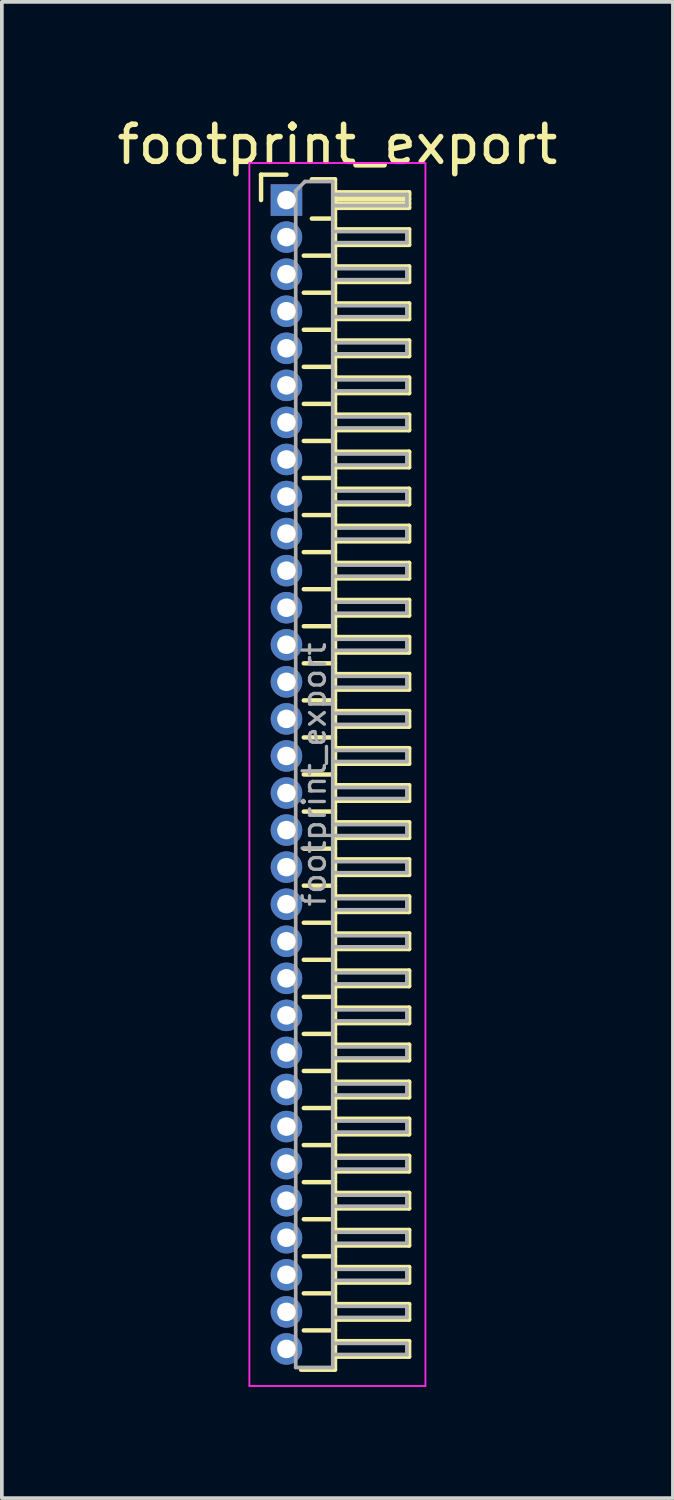
<source format=kicad_pcb>
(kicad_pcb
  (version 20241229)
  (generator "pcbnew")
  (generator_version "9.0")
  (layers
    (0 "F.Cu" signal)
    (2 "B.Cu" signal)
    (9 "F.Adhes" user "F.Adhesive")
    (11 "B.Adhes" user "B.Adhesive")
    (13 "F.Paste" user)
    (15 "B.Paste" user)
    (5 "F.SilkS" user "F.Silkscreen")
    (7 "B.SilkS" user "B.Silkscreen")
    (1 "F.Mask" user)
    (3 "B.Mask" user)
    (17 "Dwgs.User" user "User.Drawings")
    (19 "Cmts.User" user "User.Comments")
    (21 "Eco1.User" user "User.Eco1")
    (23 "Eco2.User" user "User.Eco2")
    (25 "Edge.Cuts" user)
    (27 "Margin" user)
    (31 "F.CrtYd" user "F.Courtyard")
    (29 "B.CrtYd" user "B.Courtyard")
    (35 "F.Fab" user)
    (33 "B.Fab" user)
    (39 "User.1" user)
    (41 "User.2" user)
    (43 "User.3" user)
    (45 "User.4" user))
  (footprint "footprint_export"
    (layer "F.Cu")
    (at 4.679 2.348)
    (property "Reference" "footprint_export" (at 1.375 -1.5 0) (layer "F.SilkS") (effects (font (size 1 1) (thickness 0.15))))
    (attr through_hole)
    (fp_line (start -0.685 -0.685) (end 0 -0.685) (stroke (width 0.12) (type solid)) (layer "F.SilkS"))
    (fp_line (start -0.685 0) (end -0.685 -0.685) (stroke (width 0.12) (type solid)) (layer "F.SilkS"))
    (fp_line (start 0.468 1.5) (end 1.31 1.5) (stroke (width 0.12) (type solid)) (layer "F.SilkS"))
    (fp_line (start 0.468 2.5) (end 1.31 2.5) (stroke (width 0.12) (type solid)) (layer "F.SilkS"))
    (fp_line (start 0.468 3.5) (end 1.31 3.5) (stroke (width 0.12) (type solid)) (layer "F.SilkS"))
    (fp_line (start 0.468 4.5) (end 1.31 4.5) (stroke (width 0.12) (type solid)) (layer "F.SilkS"))
    (fp_line (start 0.468 5.5) (end 1.31 5.5) (stroke (width 0.12) (type solid)) (layer "F.SilkS"))
    (fp_line (start 0.468 6.5) (end 1.31 6.5) (stroke (width 0.12) (type solid)) (layer "F.SilkS"))
    (fp_line (start 0.468 7.5) (end 1.31 7.5) (stroke (width 0.12) (type solid)) (layer "F.SilkS"))
    (fp_line (start 0.468 8.5) (end 1.31 8.5) (stroke (width 0.12) (type solid)) (layer "F.SilkS"))
    (fp_line (start 0.468 9.5) (end 1.31 9.5) (stroke (width 0.12) (type solid)) (layer "F.SilkS"))
    (fp_line (start 0.468 10.5) (end 1.31 10.5) (stroke (width 0.12) (type solid)) (layer "F.SilkS"))
    (fp_line (start 0.468 11.5) (end 1.31 11.5) (stroke (width 0.12) (type solid)) (layer "F.SilkS"))
    (fp_line (start 0.468 12.5) (end 1.31 12.5) (stroke (width 0.12) (type solid)) (layer "F.SilkS"))
    (fp_line (start 0.468 13.5) (end 1.31 13.5) (stroke (width 0.12) (type solid)) (layer "F.SilkS"))
    (fp_line (start 0.468 14.5) (end 1.31 14.5) (stroke (width 0.12) (type solid)) (layer "F.SilkS"))
    (fp_line (start 0.468 15.5) (end 1.31 15.5) (stroke (width 0.12) (type solid)) (layer "F.SilkS"))
    (fp_line (start 0.468 16.5) (end 1.31 16.5) (stroke (width 0.12) (type solid)) (layer "F.SilkS"))
    (fp_line (start 0.468 17.5) (end 1.31 17.5) (stroke (width 0.12) (type solid)) (layer "F.SilkS"))
    (fp_line (start 0.468 18.5) (end 1.31 18.5) (stroke (width 0.12) (type solid)) (layer "F.SilkS"))
    (fp_line (start 0.468 19.5) (end 1.31 19.5) (stroke (width 0.12) (type solid)) (layer "F.SilkS"))
    (fp_line (start 0.468 20.5) (end 1.31 20.5) (stroke (width 0.12) (type solid)) (layer "F.SilkS"))
    (fp_line (start 0.468 21.5) (end 1.31 21.5) (stroke (width 0.12) (type solid)) (layer "F.SilkS"))
    (fp_line (start 0.468 22.5) (end 1.31 22.5) (stroke (width 0.12) (type solid)) (layer "F.SilkS"))
    (fp_line (start 0.468 23.5) (end 1.31 23.5) (stroke (width 0.12) (type solid)) (layer "F.SilkS"))
    (fp_line (start 0.468 24.5) (end 1.31 24.5) (stroke (width 0.12) (type solid)) (layer "F.SilkS"))
    (fp_line (start 0.468 25.5) (end 1.31 25.5) (stroke (width 0.12) (type solid)) (layer "F.SilkS"))
    (fp_line (start 0.468 26.5) (end 1.31 26.5) (stroke (width 0.12) (type solid)) (layer "F.SilkS"))
    (fp_line (start 0.468 27.5) (end 1.31 27.5) (stroke (width 0.12) (type solid)) (layer "F.SilkS"))
    (fp_line (start 0.468 28.5) (end 1.31 28.5) (stroke (width 0.12) (type solid)) (layer "F.SilkS"))
    (fp_line (start 0.468 29.5) (end 1.31 29.5) (stroke (width 0.12) (type solid)) (layer "F.SilkS"))
    (fp_line (start 0.468 30.5) (end 1.31 30.5) (stroke (width 0.12) (type solid)) (layer "F.SilkS"))
    (fp_line (start 0.685 -0.56) (end 1.31 -0.56) (stroke (width 0.12) (type solid)) (layer "F.SilkS"))
    (fp_line (start 0.685 0.5) (end 1.31 0.5) (stroke (width 0.12) (type solid)) (layer "F.SilkS"))
    (fp_line (start 1.31 -0.56) (end 1.31 31.56) (stroke (width 0.12) (type solid)) (layer "F.SilkS"))
    (fp_line (start 1.31 -0.21) (end 3.31 -0.21) (stroke (width 0.12) (type solid)) (layer "F.SilkS"))
    (fp_line (start 1.31 -0.15) (end 3.31 -0.15) (stroke (width 0.12) (type solid)) (layer "F.SilkS"))
    (fp_line (start 1.31 -0.03) (end 3.31 -0.03) (stroke (width 0.12) (type solid)) (layer "F.SilkS"))
    (fp_line (start 1.31 0.09) (end 3.31 0.09) (stroke (width 0.12) (type solid)) (layer "F.SilkS"))
    (fp_line (start 1.31 0.79) (end 3.31 0.79) (stroke (width 0.12) (type solid)) (layer "F.SilkS"))
    (fp_line (start 1.31 1.79) (end 3.31 1.79) (stroke (width 0.12) (type solid)) (layer "F.SilkS"))
    (fp_line (start 1.31 2.79) (end 3.31 2.79) (stroke (width 0.12) (type solid)) (layer "F.SilkS"))
    (fp_line (start 1.31 3.79) (end 3.31 3.79) (stroke (width 0.12) (type solid)) (layer "F.SilkS"))
    (fp_line (start 1.31 4.79) (end 3.31 4.79) (stroke (width 0.12) (type solid)) (layer "F.SilkS"))
    (fp_line (start 1.31 5.79) (end 3.31 5.79) (stroke (width 0.12) (type solid)) (layer "F.SilkS"))
    (fp_line (start 1.31 6.79) (end 3.31 6.79) (stroke (width 0.12) (type solid)) (layer "F.SilkS"))
    (fp_line (start 1.31 7.79) (end 3.31 7.79) (stroke (width 0.12) (type solid)) (layer "F.SilkS"))
    (fp_line (start 1.31 8.79) (end 3.31 8.79) (stroke (width 0.12) (type solid)) (layer "F.SilkS"))
    (fp_line (start 1.31 9.79) (end 3.31 9.79) (stroke (width 0.12) (type solid)) (layer "F.SilkS"))
    (fp_line (start 1.31 10.79) (end 3.31 10.79) (stroke (width 0.12) (type solid)) (layer "F.SilkS"))
    (fp_line (start 1.31 11.79) (end 3.31 11.79) (stroke (width 0.12) (type solid)) (layer "F.SilkS"))
    (fp_line (start 1.31 12.79) (end 3.31 12.79) (stroke (width 0.12) (type solid)) (layer "F.SilkS"))
    (fp_line (start 1.31 13.79) (end 3.31 13.79) (stroke (width 0.12) (type solid)) (layer "F.SilkS"))
    (fp_line (start 1.31 14.79) (end 3.31 14.79) (stroke (width 0.12) (type solid)) (layer "F.SilkS"))
    (fp_line (start 1.31 15.79) (end 3.31 15.79) (stroke (width 0.12) (type solid)) (layer "F.SilkS"))
    (fp_line (start 1.31 16.79) (end 3.31 16.79) (stroke (width 0.12) (type solid)) (layer "F.SilkS"))
    (fp_line (start 1.31 17.79) (end 3.31 17.79) (stroke (width 0.12) (type solid)) (layer "F.SilkS"))
    (fp_line (start 1.31 18.79) (end 3.31 18.79) (stroke (width 0.12) (type solid)) (layer "F.SilkS"))
    (fp_line (start 1.31 19.79) (end 3.31 19.79) (stroke (width 0.12) (type solid)) (layer "F.SilkS"))
    (fp_line (start 1.31 20.79) (end 3.31 20.79) (stroke (width 0.12) (type solid)) (layer "F.SilkS"))
    (fp_line (start 1.31 21.79) (end 3.31 21.79) (stroke (width 0.12) (type solid)) (layer "F.SilkS"))
    (fp_line (start 1.31 22.79) (end 3.31 22.79) (stroke (width 0.12) (type solid)) (layer "F.SilkS"))
    (fp_line (start 1.31 23.79) (end 3.31 23.79) (stroke (width 0.12) (type solid)) (layer "F.SilkS"))
    (fp_line (start 1.31 24.79) (end 3.31 24.79) (stroke (width 0.12) (type solid)) (layer "F.SilkS"))
    (fp_line (start 1.31 25.79) (end 3.31 25.79) (stroke (width 0.12) (type solid)) (layer "F.SilkS"))
    (fp_line (start 1.31 26.79) (end 3.31 26.79) (stroke (width 0.12) (type solid)) (layer "F.SilkS"))
    (fp_line (start 1.31 27.79) (end 3.31 27.79) (stroke (width 0.12) (type solid)) (layer "F.SilkS"))
    (fp_line (start 1.31 28.79) (end 3.31 28.79) (stroke (width 0.12) (type solid)) (layer "F.SilkS"))
    (fp_line (start 1.31 29.79) (end 3.31 29.79) (stroke (width 0.12) (type solid)) (layer "F.SilkS"))
    (fp_line (start 1.31 30.79) (end 3.31 30.79) (stroke (width 0.12) (type solid)) (layer "F.SilkS"))
    (fp_line (start 1.31 31.56) (end 0.394 31.56) (stroke (width 0.12) (type solid)) (layer "F.SilkS"))
    (fp_line (start 3.31 -0.21) (end 3.31 0.21) (stroke (width 0.12) (type solid)) (layer "F.SilkS"))
    (fp_line (start 3.31 0.21) (end 1.31 0.21) (stroke (width 0.12) (type solid)) (layer "F.SilkS"))
    (fp_line (start 3.31 0.79) (end 3.31 1.21) (stroke (width 0.12) (type solid)) (layer "F.SilkS"))
    (fp_line (start 3.31 1.21) (end 1.31 1.21) (stroke (width 0.12) (type solid)) (layer "F.SilkS"))
    (fp_line (start 3.31 1.79) (end 3.31 2.21) (stroke (width 0.12) (type solid)) (layer "F.SilkS"))
    (fp_line (start 3.31 2.21) (end 1.31 2.21) (stroke (width 0.12) (type solid)) (layer "F.SilkS"))
    (fp_line (start 3.31 2.79) (end 3.31 3.21) (stroke (width 0.12) (type solid)) (layer "F.SilkS"))
    (fp_line (start 3.31 3.21) (end 1.31 3.21) (stroke (width 0.12) (type solid)) (layer "F.SilkS"))
    (fp_line (start 3.31 3.79) (end 3.31 4.21) (stroke (width 0.12) (type solid)) (layer "F.SilkS"))
    (fp_line (start 3.31 4.21) (end 1.31 4.21) (stroke (width 0.12) (type solid)) (layer "F.SilkS"))
    (fp_line (start 3.31 4.79) (end 3.31 5.21) (stroke (width 0.12) (type solid)) (layer "F.SilkS"))
    (fp_line (start 3.31 5.21) (end 1.31 5.21) (stroke (width 0.12) (type solid)) (layer "F.SilkS"))
    (fp_line (start 3.31 5.79) (end 3.31 6.21) (stroke (width 0.12) (type solid)) (layer "F.SilkS"))
    (fp_line (start 3.31 6.21) (end 1.31 6.21) (stroke (width 0.12) (type solid)) (layer "F.SilkS"))
    (fp_line (start 3.31 6.79) (end 3.31 7.21) (stroke (width 0.12) (type solid)) (layer "F.SilkS"))
    (fp_line (start 3.31 7.21) (end 1.31 7.21) (stroke (width 0.12) (type solid)) (layer "F.SilkS"))
    (fp_line (start 3.31 7.79) (end 3.31 8.21) (stroke (width 0.12) (type solid)) (layer "F.SilkS"))
    (fp_line (start 3.31 8.21) (end 1.31 8.21) (stroke (width 0.12) (type solid)) (layer "F.SilkS"))
    (fp_line (start 3.31 8.79) (end 3.31 9.21) (stroke (width 0.12) (type solid)) (layer "F.SilkS"))
    (fp_line (start 3.31 9.21) (end 1.31 9.21) (stroke (width 0.12) (type solid)) (layer "F.SilkS"))
    (fp_line (start 3.31 9.79) (end 3.31 10.21) (stroke (width 0.12) (type solid)) (layer "F.SilkS"))
    (fp_line (start 3.31 10.21) (end 1.31 10.21) (stroke (width 0.12) (type solid)) (layer "F.SilkS"))
    (fp_line (start 3.31 10.79) (end 3.31 11.21) (stroke (width 0.12) (type solid)) (layer "F.SilkS"))
    (fp_line (start 3.31 11.21) (end 1.31 11.21) (stroke (width 0.12) (type solid)) (layer "F.SilkS"))
    (fp_line (start 3.31 11.79) (end 3.31 12.21) (stroke (width 0.12) (type solid)) (layer "F.SilkS"))
    (fp_line (start 3.31 12.21) (end 1.31 12.21) (stroke (width 0.12) (type solid)) (layer "F.SilkS"))
    (fp_line (start 3.31 12.79) (end 3.31 13.21) (stroke (width 0.12) (type solid)) (layer "F.SilkS"))
    (fp_line (start 3.31 13.21) (end 1.31 13.21) (stroke (width 0.12) (type solid)) (layer "F.SilkS"))
    (fp_line (start 3.31 13.79) (end 3.31 14.21) (stroke (width 0.12) (type solid)) (layer "F.SilkS"))
    (fp_line (start 3.31 14.21) (end 1.31 14.21) (stroke (width 0.12) (type solid)) (layer "F.SilkS"))
    (fp_line (start 3.31 14.79) (end 3.31 15.21) (stroke (width 0.12) (type solid)) (layer "F.SilkS"))
    (fp_line (start 3.31 15.21) (end 1.31 15.21) (stroke (width 0.12) (type solid)) (layer "F.SilkS"))
    (fp_line (start 3.31 15.79) (end 3.31 16.21) (stroke (width 0.12) (type solid)) (layer "F.SilkS"))
    (fp_line (start 3.31 16.21) (end 1.31 16.21) (stroke (width 0.12) (type solid)) (layer "F.SilkS"))
    (fp_line (start 3.31 16.79) (end 3.31 17.21) (stroke (width 0.12) (type solid)) (layer "F.SilkS"))
    (fp_line (start 3.31 17.21) (end 1.31 17.21) (stroke (width 0.12) (type solid)) (layer "F.SilkS"))
    (fp_line (start 3.31 17.79) (end 3.31 18.21) (stroke (width 0.12) (type solid)) (layer "F.SilkS"))
    (fp_line (start 3.31 18.21) (end 1.31 18.21) (stroke (width 0.12) (type solid)) (layer "F.SilkS"))
    (fp_line (start 3.31 18.79) (end 3.31 19.21) (stroke (width 0.12) (type solid)) (layer "F.SilkS"))
    (fp_line (start 3.31 19.21) (end 1.31 19.21) (stroke (width 0.12) (type solid)) (layer "F.SilkS"))
    (fp_line (start 3.31 19.79) (end 3.31 20.21) (stroke (width 0.12) (type solid)) (layer "F.SilkS"))
    (fp_line (start 3.31 20.21) (end 1.31 20.21) (stroke (width 0.12) (type solid)) (layer "F.SilkS"))
    (fp_line (start 3.31 20.79) (end 3.31 21.21) (stroke (width 0.12) (type solid)) (layer "F.SilkS"))
    (fp_line (start 3.31 21.21) (end 1.31 21.21) (stroke (width 0.12) (type solid)) (layer "F.SilkS"))
    (fp_line (start 3.31 21.79) (end 3.31 22.21) (stroke (width 0.12) (type solid)) (layer "F.SilkS"))
    (fp_line (start 3.31 22.21) (end 1.31 22.21) (stroke (width 0.12) (type solid)) (layer "F.SilkS"))
    (fp_line (start 3.31 22.79) (end 3.31 23.21) (stroke (width 0.12) (type solid)) (layer "F.SilkS"))
    (fp_line (start 3.31 23.21) (end 1.31 23.21) (stroke (width 0.12) (type solid)) (layer "F.SilkS"))
    (fp_line (start 3.31 23.79) (end 3.31 24.21) (stroke (width 0.12) (type solid)) (layer "F.SilkS"))
    (fp_line (start 3.31 24.21) (end 1.31 24.21) (stroke (width 0.12) (type solid)) (layer "F.SilkS"))
    (fp_line (start 3.31 24.79) (end 3.31 25.21) (stroke (width 0.12) (type solid)) (layer "F.SilkS"))
    (fp_line (start 3.31 25.21) (end 1.31 25.21) (stroke (width 0.12) (type solid)) (layer "F.SilkS"))
    (fp_line (start 3.31 25.79) (end 3.31 26.21) (stroke (width 0.12) (type solid)) (layer "F.SilkS"))
    (fp_line (start 3.31 26.21) (end 1.31 26.21) (stroke (width 0.12) (type solid)) (layer "F.SilkS"))
    (fp_line (start 3.31 26.79) (end 3.31 27.21) (stroke (width 0.12) (type solid)) (layer "F.SilkS"))
    (fp_line (start 3.31 27.21) (end 1.31 27.21) (stroke (width 0.12) (type solid)) (layer "F.SilkS"))
    (fp_line (start 3.31 27.79) (end 3.31 28.21) (stroke (width 0.12) (type solid)) (layer "F.SilkS"))
    (fp_line (start 3.31 28.21) (end 1.31 28.21) (stroke (width 0.12) (type solid)) (layer "F.SilkS"))
    (fp_line (start 3.31 28.79) (end 3.31 29.21) (stroke (width 0.12) (type solid)) (layer "F.SilkS"))
    (fp_line (start 3.31 29.21) (end 1.31 29.21) (stroke (width 0.12) (type solid)) (layer "F.SilkS"))
    (fp_line (start 3.31 29.79) (end 3.31 30.21) (stroke (width 0.12) (type solid)) (layer "F.SilkS"))
    (fp_line (start 3.31 30.21) (end 1.31 30.21) (stroke (width 0.12) (type solid)) (layer "F.SilkS"))
    (fp_line (start 3.31 30.79) (end 3.31 31.21) (stroke (width 0.12) (type solid)) (layer "F.SilkS"))
    (fp_line (start 3.31 31.21) (end 1.31 31.21) (stroke (width 0.12) (type solid)) (layer "F.SilkS"))
    (fp_line (start -1 -1) (end -1 32) (stroke (width 0.05) (type solid)) (layer "F.CrtYd"))
    (fp_line (start -1 32) (end 3.75 32) (stroke (width 0.05) (type solid)) (layer "F.CrtYd"))
    (fp_line (start 3.75 -1) (end -1 -1) (stroke (width 0.05) (type solid)) (layer "F.CrtYd"))
    (fp_line (start 3.75 32) (end 3.75 -1) (stroke (width 0.05) (type solid)) (layer "F.CrtYd"))
    (fp_line (start -0.15 -0.15) (end -0.15 0.15) (stroke (width 0.1) (type solid)) (layer "F.Fab"))
    (fp_line (start -0.15 -0.15) (end 0.25 -0.15) (stroke (width 0.1) (type solid)) (layer "F.Fab"))
    (fp_line (start -0.15 0.15) (end 0.25 0.15) (stroke (width 0.1) (type solid)) (layer "F.Fab"))
    (fp_line (start -0.15 0.85) (end -0.15 1.15) (stroke (width 0.1) (type solid)) (layer "F.Fab"))
    (fp_line (start -0.15 0.85) (end 0.25 0.85) (stroke (width 0.1) (type solid)) (layer "F.Fab"))
    (fp_line (start -0.15 1.15) (end 0.25 1.15) (stroke (width 0.1) (type solid)) (layer "F.Fab"))
    (fp_line (start -0.15 1.85) (end -0.15 2.15) (stroke (width 0.1) (type solid)) (layer "F.Fab"))
    (fp_line (start -0.15 1.85) (end 0.25 1.85) (stroke (width 0.1) (type solid)) (layer "F.Fab"))
    (fp_line (start -0.15 2.15) (end 0.25 2.15) (stroke (width 0.1) (type solid)) (layer "F.Fab"))
    (fp_line (start -0.15 2.85) (end -0.15 3.15) (stroke (width 0.1) (type solid)) (layer "F.Fab"))
    (fp_line (start -0.15 2.85) (end 0.25 2.85) (stroke (width 0.1) (type solid)) (layer "F.Fab"))
    (fp_line (start -0.15 3.15) (end 0.25 3.15) (stroke (width 0.1) (type solid)) (layer "F.Fab"))
    (fp_line (start -0.15 3.85) (end -0.15 4.15) (stroke (width 0.1) (type solid)) (layer "F.Fab"))
    (fp_line (start -0.15 3.85) (end 0.25 3.85) (stroke (width 0.1) (type solid)) (layer "F.Fab"))
    (fp_line (start -0.15 4.15) (end 0.25 4.15) (stroke (width 0.1) (type solid)) (layer "F.Fab"))
    (fp_line (start -0.15 4.85) (end -0.15 5.15) (stroke (width 0.1) (type solid)) (layer "F.Fab"))
    (fp_line (start -0.15 4.85) (end 0.25 4.85) (stroke (width 0.1) (type solid)) (layer "F.Fab"))
    (fp_line (start -0.15 5.15) (end 0.25 5.15) (stroke (width 0.1) (type solid)) (layer "F.Fab"))
    (fp_line (start -0.15 5.85) (end -0.15 6.15) (stroke (width 0.1) (type solid)) (layer "F.Fab"))
    (fp_line (start -0.15 5.85) (end 0.25 5.85) (stroke (width 0.1) (type solid)) (layer "F.Fab"))
    (fp_line (start -0.15 6.15) (end 0.25 6.15) (stroke (width 0.1) (type solid)) (layer "F.Fab"))
    (fp_line (start -0.15 6.85) (end -0.15 7.15) (stroke (width 0.1) (type solid)) (layer "F.Fab"))
    (fp_line (start -0.15 6.85) (end 0.25 6.85) (stroke (width 0.1) (type solid)) (layer "F.Fab"))
    (fp_line (start -0.15 7.15) (end 0.25 7.15) (stroke (width 0.1) (type solid)) (layer "F.Fab"))
    (fp_line (start -0.15 7.85) (end -0.15 8.15) (stroke (width 0.1) (type solid)) (layer "F.Fab"))
    (fp_line (start -0.15 7.85) (end 0.25 7.85) (stroke (width 0.1) (type solid)) (layer "F.Fab"))
    (fp_line (start -0.15 8.15) (end 0.25 8.15) (stroke (width 0.1) (type solid)) (layer "F.Fab"))
    (fp_line (start -0.15 8.85) (end -0.15 9.15) (stroke (width 0.1) (type solid)) (layer "F.Fab"))
    (fp_line (start -0.15 8.85) (end 0.25 8.85) (stroke (width 0.1) (type solid)) (layer "F.Fab"))
    (fp_line (start -0.15 9.15) (end 0.25 9.15) (stroke (width 0.1) (type solid)) (layer "F.Fab"))
    (fp_line (start -0.15 9.85) (end -0.15 10.15) (stroke (width 0.1) (type solid)) (layer "F.Fab"))
    (fp_line (start -0.15 9.85) (end 0.25 9.85) (stroke (width 0.1) (type solid)) (layer "F.Fab"))
    (fp_line (start -0.15 10.15) (end 0.25 10.15) (stroke (width 0.1) (type solid)) (layer "F.Fab"))
    (fp_line (start -0.15 10.85) (end -0.15 11.15) (stroke (width 0.1) (type solid)) (layer "F.Fab"))
    (fp_line (start -0.15 10.85) (end 0.25 10.85) (stroke (width 0.1) (type solid)) (layer "F.Fab"))
    (fp_line (start -0.15 11.15) (end 0.25 11.15) (stroke (width 0.1) (type solid)) (layer "F.Fab"))
    (fp_line (start -0.15 11.85) (end -0.15 12.15) (stroke (width 0.1) (type solid)) (layer "F.Fab"))
    (fp_line (start -0.15 11.85) (end 0.25 11.85) (stroke (width 0.1) (type solid)) (layer "F.Fab"))
    (fp_line (start -0.15 12.15) (end 0.25 12.15) (stroke (width 0.1) (type solid)) (layer "F.Fab"))
    (fp_line (start -0.15 12.85) (end -0.15 13.15) (stroke (width 0.1) (type solid)) (layer "F.Fab"))
    (fp_line (start -0.15 12.85) (end 0.25 12.85) (stroke (width 0.1) (type solid)) (layer "F.Fab"))
    (fp_line (start -0.15 13.15) (end 0.25 13.15) (stroke (width 0.1) (type solid)) (layer "F.Fab"))
    (fp_line (start -0.15 13.85) (end -0.15 14.15) (stroke (width 0.1) (type solid)) (layer "F.Fab"))
    (fp_line (start -0.15 13.85) (end 0.25 13.85) (stroke (width 0.1) (type solid)) (layer "F.Fab"))
    (fp_line (start -0.15 14.15) (end 0.25 14.15) (stroke (width 0.1) (type solid)) (layer "F.Fab"))
    (fp_line (start -0.15 14.85) (end -0.15 15.15) (stroke (width 0.1) (type solid)) (layer "F.Fab"))
    (fp_line (start -0.15 14.85) (end 0.25 14.85) (stroke (width 0.1) (type solid)) (layer "F.Fab"))
    (fp_line (start -0.15 15.15) (end 0.25 15.15) (stroke (width 0.1) (type solid)) (layer "F.Fab"))
    (fp_line (start -0.15 15.85) (end -0.15 16.15) (stroke (width 0.1) (type solid)) (layer "F.Fab"))
    (fp_line (start -0.15 15.85) (end 0.25 15.85) (stroke (width 0.1) (type solid)) (layer "F.Fab"))
    (fp_line (start -0.15 16.15) (end 0.25 16.15) (stroke (width 0.1) (type solid)) (layer "F.Fab"))
    (fp_line (start -0.15 16.85) (end -0.15 17.15) (stroke (width 0.1) (type solid)) (layer "F.Fab"))
    (fp_line (start -0.15 16.85) (end 0.25 16.85) (stroke (width 0.1) (type solid)) (layer "F.Fab"))
    (fp_line (start -0.15 17.15) (end 0.25 17.15) (stroke (width 0.1) (type solid)) (layer "F.Fab"))
    (fp_line (start -0.15 17.85) (end -0.15 18.15) (stroke (width 0.1) (type solid)) (layer "F.Fab"))
    (fp_line (start -0.15 17.85) (end 0.25 17.85) (stroke (width 0.1) (type solid)) (layer "F.Fab"))
    (fp_line (start -0.15 18.15) (end 0.25 18.15) (stroke (width 0.1) (type solid)) (layer "F.Fab"))
    (fp_line (start -0.15 18.85) (end -0.15 19.15) (stroke (width 0.1) (type solid)) (layer "F.Fab"))
    (fp_line (start -0.15 18.85) (end 0.25 18.85) (stroke (width 0.1) (type solid)) (layer "F.Fab"))
    (fp_line (start -0.15 19.15) (end 0.25 19.15) (stroke (width 0.1) (type solid)) (layer "F.Fab"))
    (fp_line (start -0.15 19.85) (end -0.15 20.15) (stroke (width 0.1) (type solid)) (layer "F.Fab"))
    (fp_line (start -0.15 19.85) (end 0.25 19.85) (stroke (width 0.1) (type solid)) (layer "F.Fab"))
    (fp_line (start -0.15 20.15) (end 0.25 20.15) (stroke (width 0.1) (type solid)) (layer "F.Fab"))
    (fp_line (start -0.15 20.85) (end -0.15 21.15) (stroke (width 0.1) (type solid)) (layer "F.Fab"))
    (fp_line (start -0.15 20.85) (end 0.25 20.85) (stroke (width 0.1) (type solid)) (layer "F.Fab"))
    (fp_line (start -0.15 21.15) (end 0.25 21.15) (stroke (width 0.1) (type solid)) (layer "F.Fab"))
    (fp_line (start -0.15 21.85) (end -0.15 22.15) (stroke (width 0.1) (type solid)) (layer "F.Fab"))
    (fp_line (start -0.15 21.85) (end 0.25 21.85) (stroke (width 0.1) (type solid)) (layer "F.Fab"))
    (fp_line (start -0.15 22.15) (end 0.25 22.15) (stroke (width 0.1) (type solid)) (layer "F.Fab"))
    (fp_line (start -0.15 22.85) (end -0.15 23.15) (stroke (width 0.1) (type solid)) (layer "F.Fab"))
    (fp_line (start -0.15 22.85) (end 0.25 22.85) (stroke (width 0.1) (type solid)) (layer "F.Fab"))
    (fp_line (start -0.15 23.15) (end 0.25 23.15) (stroke (width 0.1) (type solid)) (layer "F.Fab"))
    (fp_line (start -0.15 23.85) (end -0.15 24.15) (stroke (width 0.1) (type solid)) (layer "F.Fab"))
    (fp_line (start -0.15 23.85) (end 0.25 23.85) (stroke (width 0.1) (type solid)) (layer "F.Fab"))
    (fp_line (start -0.15 24.15) (end 0.25 24.15) (stroke (width 0.1) (type solid)) (layer "F.Fab"))
    (fp_line (start -0.15 24.85) (end -0.15 25.15) (stroke (width 0.1) (type solid)) (layer "F.Fab"))
    (fp_line (start -0.15 24.85) (end 0.25 24.85) (stroke (width 0.1) (type solid)) (layer "F.Fab"))
    (fp_line (start -0.15 25.15) (end 0.25 25.15) (stroke (width 0.1) (type solid)) (layer "F.Fab"))
    (fp_line (start -0.15 25.85) (end -0.15 26.15) (stroke (width 0.1) (type solid)) (layer "F.Fab"))
    (fp_line (start -0.15 25.85) (end 0.25 25.85) (stroke (width 0.1) (type solid)) (layer "F.Fab"))
    (fp_line (start -0.15 26.15) (end 0.25 26.15) (stroke (width 0.1) (type solid)) (layer "F.Fab"))
    (fp_line (start -0.15 26.85) (end -0.15 27.15) (stroke (width 0.1) (type solid)) (layer "F.Fab"))
    (fp_line (start -0.15 26.85) (end 0.25 26.85) (stroke (width 0.1) (type solid)) (layer "F.Fab"))
    (fp_line (start -0.15 27.15) (end 0.25 27.15) (stroke (width 0.1) (type solid)) (layer "F.Fab"))
    (fp_line (start -0.15 27.85) (end -0.15 28.15) (stroke (width 0.1) (type solid)) (layer "F.Fab"))
    (fp_line (start -0.15 27.85) (end 0.25 27.85) (stroke (width 0.1) (type solid)) (layer "F.Fab"))
    (fp_line (start -0.15 28.15) (end 0.25 28.15) (stroke (width 0.1) (type solid)) (layer "F.Fab"))
    (fp_line (start -0.15 28.85) (end -0.15 29.15) (stroke (width 0.1) (type solid)) (layer "F.Fab"))
    (fp_line (start -0.15 28.85) (end 0.25 28.85) (stroke (width 0.1) (type solid)) (layer "F.Fab"))
    (fp_line (start -0.15 29.15) (end 0.25 29.15) (stroke (width 0.1) (type solid)) (layer "F.Fab"))
    (fp_line (start -0.15 29.85) (end -0.15 30.15) (stroke (width 0.1) (type solid)) (layer "F.Fab"))
    (fp_line (start -0.15 29.85) (end 0.25 29.85) (stroke (width 0.1) (type solid)) (layer "F.Fab"))
    (fp_line (start -0.15 30.15) (end 0.25 30.15) (stroke (width 0.1) (type solid)) (layer "F.Fab"))
    (fp_line (start -0.15 30.85) (end -0.15 31.15) (stroke (width 0.1) (type solid)) (layer "F.Fab"))
    (fp_line (start -0.15 30.85) (end 0.25 30.85) (stroke (width 0.1) (type solid)) (layer "F.Fab"))
    (fp_line (start -0.15 31.15) (end 0.25 31.15) (stroke (width 0.1) (type solid)) (layer "F.Fab"))
    (fp_line (start 0.25 -0.25) (end 0.5 -0.5) (stroke (width 0.1) (type solid)) (layer "F.Fab"))
    (fp_line (start 0.25 31.5) (end 0.25 -0.25) (stroke (width 0.1) (type solid)) (layer "F.Fab"))
    (fp_line (start 0.5 -0.5) (end 1.25 -0.5) (stroke (width 0.1) (type solid)) (layer "F.Fab"))
    (fp_line (start 1.25 -0.5) (end 1.25 31.5) (stroke (width 0.1) (type solid)) (layer "F.Fab"))
    (fp_line (start 1.25 -0.15) (end 3.25 -0.15) (stroke (width 0.1) (type solid)) (layer "F.Fab"))
    (fp_line (start 1.25 0.15) (end 3.25 0.15) (stroke (width 0.1) (type solid)) (layer "F.Fab"))
    (fp_line (start 1.25 0.85) (end 3.25 0.85) (stroke (width 0.1) (type solid)) (layer "F.Fab"))
    (fp_line (start 1.25 1.15) (end 3.25 1.15) (stroke (width 0.1) (type solid)) (layer "F.Fab"))
    (fp_line (start 1.25 1.85) (end 3.25 1.85) (stroke (width 0.1) (type solid)) (layer "F.Fab"))
    (fp_line (start 1.25 2.15) (end 3.25 2.15) (stroke (width 0.1) (type solid)) (layer "F.Fab"))
    (fp_line (start 1.25 2.85) (end 3.25 2.85) (stroke (width 0.1) (type solid)) (layer "F.Fab"))
    (fp_line (start 1.25 3.15) (end 3.25 3.15) (stroke (width 0.1) (type solid)) (layer "F.Fab"))
    (fp_line (start 1.25 3.85) (end 3.25 3.85) (stroke (width 0.1) (type solid)) (layer "F.Fab"))
    (fp_line (start 1.25 4.15) (end 3.25 4.15) (stroke (width 0.1) (type solid)) (layer "F.Fab"))
    (fp_line (start 1.25 4.85) (end 3.25 4.85) (stroke (width 0.1) (type solid)) (layer "F.Fab"))
    (fp_line (start 1.25 5.15) (end 3.25 5.15) (stroke (width 0.1) (type solid)) (layer "F.Fab"))
    (fp_line (start 1.25 5.85) (end 3.25 5.85) (stroke (width 0.1) (type solid)) (layer "F.Fab"))
    (fp_line (start 1.25 6.15) (end 3.25 6.15) (stroke (width 0.1) (type solid)) (layer "F.Fab"))
    (fp_line (start 1.25 6.85) (end 3.25 6.85) (stroke (width 0.1) (type solid)) (layer "F.Fab"))
    (fp_line (start 1.25 7.15) (end 3.25 7.15) (stroke (width 0.1) (type solid)) (layer "F.Fab"))
    (fp_line (start 1.25 7.85) (end 3.25 7.85) (stroke (width 0.1) (type solid)) (layer "F.Fab"))
    (fp_line (start 1.25 8.15) (end 3.25 8.15) (stroke (width 0.1) (type solid)) (layer "F.Fab"))
    (fp_line (start 1.25 8.85) (end 3.25 8.85) (stroke (width 0.1) (type solid)) (layer "F.Fab"))
    (fp_line (start 1.25 9.15) (end 3.25 9.15) (stroke (width 0.1) (type solid)) (layer "F.Fab"))
    (fp_line (start 1.25 9.85) (end 3.25 9.85) (stroke (width 0.1) (type solid)) (layer "F.Fab"))
    (fp_line (start 1.25 10.15) (end 3.25 10.15) (stroke (width 0.1) (type solid)) (layer "F.Fab"))
    (fp_line (start 1.25 10.85) (end 3.25 10.85) (stroke (width 0.1) (type solid)) (layer "F.Fab"))
    (fp_line (start 1.25 11.15) (end 3.25 11.15) (stroke (width 0.1) (type solid)) (layer "F.Fab"))
    (fp_line (start 1.25 11.85) (end 3.25 11.85) (stroke (width 0.1) (type solid)) (layer "F.Fab"))
    (fp_line (start 1.25 12.15) (end 3.25 12.15) (stroke (width 0.1) (type solid)) (layer "F.Fab"))
    (fp_line (start 1.25 12.85) (end 3.25 12.85) (stroke (width 0.1) (type solid)) (layer "F.Fab"))
    (fp_line (start 1.25 13.15) (end 3.25 13.15) (stroke (width 0.1) (type solid)) (layer "F.Fab"))
    (fp_line (start 1.25 13.85) (end 3.25 13.85) (stroke (width 0.1) (type solid)) (layer "F.Fab"))
    (fp_line (start 1.25 14.15) (end 3.25 14.15) (stroke (width 0.1) (type solid)) (layer "F.Fab"))
    (fp_line (start 1.25 14.85) (end 3.25 14.85) (stroke (width 0.1) (type solid)) (layer "F.Fab"))
    (fp_line (start 1.25 15.15) (end 3.25 15.15) (stroke (width 0.1) (type solid)) (layer "F.Fab"))
    (fp_line (start 1.25 15.85) (end 3.25 15.85) (stroke (width 0.1) (type solid)) (layer "F.Fab"))
    (fp_line (start 1.25 16.15) (end 3.25 16.15) (stroke (width 0.1) (type solid)) (layer "F.Fab"))
    (fp_line (start 1.25 16.85) (end 3.25 16.85) (stroke (width 0.1) (type solid)) (layer "F.Fab"))
    (fp_line (start 1.25 17.15) (end 3.25 17.15) (stroke (width 0.1) (type solid)) (layer "F.Fab"))
    (fp_line (start 1.25 17.85) (end 3.25 17.85) (stroke (width 0.1) (type solid)) (layer "F.Fab"))
    (fp_line (start 1.25 18.15) (end 3.25 18.15) (stroke (width 0.1) (type solid)) (layer "F.Fab"))
    (fp_line (start 1.25 18.85) (end 3.25 18.85) (stroke (width 0.1) (type solid)) (layer "F.Fab"))
    (fp_line (start 1.25 19.15) (end 3.25 19.15) (stroke (width 0.1) (type solid)) (layer "F.Fab"))
    (fp_line (start 1.25 19.85) (end 3.25 19.85) (stroke (width 0.1) (type solid)) (layer "F.Fab"))
    (fp_line (start 1.25 20.15) (end 3.25 20.15) (stroke (width 0.1) (type solid)) (layer "F.Fab"))
    (fp_line (start 1.25 20.85) (end 3.25 20.85) (stroke (width 0.1) (type solid)) (layer "F.Fab"))
    (fp_line (start 1.25 21.15) (end 3.25 21.15) (stroke (width 0.1) (type solid)) (layer "F.Fab"))
    (fp_line (start 1.25 21.85) (end 3.25 21.85) (stroke (width 0.1) (type solid)) (layer "F.Fab"))
    (fp_line (start 1.25 22.15) (end 3.25 22.15) (stroke (width 0.1) (type solid)) (layer "F.Fab"))
    (fp_line (start 1.25 22.85) (end 3.25 22.85) (stroke (width 0.1) (type solid)) (layer "F.Fab"))
    (fp_line (start 1.25 23.15) (end 3.25 23.15) (stroke (width 0.1) (type solid)) (layer "F.Fab"))
    (fp_line (start 1.25 23.85) (end 3.25 23.85) (stroke (width 0.1) (type solid)) (layer "F.Fab"))
    (fp_line (start 1.25 24.15) (end 3.25 24.15) (stroke (width 0.1) (type solid)) (layer "F.Fab"))
    (fp_line (start 1.25 24.85) (end 3.25 24.85) (stroke (width 0.1) (type solid)) (layer "F.Fab"))
    (fp_line (start 1.25 25.15) (end 3.25 25.15) (stroke (width 0.1) (type solid)) (layer "F.Fab"))
    (fp_line (start 1.25 25.85) (end 3.25 25.85) (stroke (width 0.1) (type solid)) (layer "F.Fab"))
    (fp_line (start 1.25 26.15) (end 3.25 26.15) (stroke (width 0.1) (type solid)) (layer "F.Fab"))
    (fp_line (start 1.25 26.85) (end 3.25 26.85) (stroke (width 0.1) (type solid)) (layer "F.Fab"))
    (fp_line (start 1.25 27.15) (end 3.25 27.15) (stroke (width 0.1) (type solid)) (layer "F.Fab"))
    (fp_line (start 1.25 27.85) (end 3.25 27.85) (stroke (width 0.1) (type solid)) (layer "F.Fab"))
    (fp_line (start 1.25 28.15) (end 3.25 28.15) (stroke (width 0.1) (type solid)) (layer "F.Fab"))
    (fp_line (start 1.25 28.85) (end 3.25 28.85) (stroke (width 0.1) (type solid)) (layer "F.Fab"))
    (fp_line (start 1.25 29.15) (end 3.25 29.15) (stroke (width 0.1) (type solid)) (layer "F.Fab"))
    (fp_line (start 1.25 29.85) (end 3.25 29.85) (stroke (width 0.1) (type solid)) (layer "F.Fab"))
    (fp_line (start 1.25 30.15) (end 3.25 30.15) (stroke (width 0.1) (type solid)) (layer "F.Fab"))
    (fp_line (start 1.25 30.85) (end 3.25 30.85) (stroke (width 0.1) (type solid)) (layer "F.Fab"))
    (fp_line (start 1.25 31.15) (end 3.25 31.15) (stroke (width 0.1) (type solid)) (layer "F.Fab"))
    (fp_line (start 1.25 31.5) (end 0.25 31.5) (stroke (width 0.1) (type solid)) (layer "F.Fab"))
    (fp_line (start 3.25 -0.15) (end 3.25 0.15) (stroke (width 0.1) (type solid)) (layer "F.Fab"))
    (fp_line (start 3.25 0.85) (end 3.25 1.15) (stroke (width 0.1) (type solid)) (layer "F.Fab"))
    (fp_line (start 3.25 1.85) (end 3.25 2.15) (stroke (width 0.1) (type solid)) (layer "F.Fab"))
    (fp_line (start 3.25 2.85) (end 3.25 3.15) (stroke (width 0.1) (type solid)) (layer "F.Fab"))
    (fp_line (start 3.25 3.85) (end 3.25 4.15) (stroke (width 0.1) (type solid)) (layer "F.Fab"))
    (fp_line (start 3.25 4.85) (end 3.25 5.15) (stroke (width 0.1) (type solid)) (layer "F.Fab"))
    (fp_line (start 3.25 5.85) (end 3.25 6.15) (stroke (width 0.1) (type solid)) (layer "F.Fab"))
    (fp_line (start 3.25 6.85) (end 3.25 7.15) (stroke (width 0.1) (type solid)) (layer "F.Fab"))
    (fp_line (start 3.25 7.85) (end 3.25 8.15) (stroke (width 0.1) (type solid)) (layer "F.Fab"))
    (fp_line (start 3.25 8.85) (end 3.25 9.15) (stroke (width 0.1) (type solid)) (layer "F.Fab"))
    (fp_line (start 3.25 9.85) (end 3.25 10.15) (stroke (width 0.1) (type solid)) (layer "F.Fab"))
    (fp_line (start 3.25 10.85) (end 3.25 11.15) (stroke (width 0.1) (type solid)) (layer "F.Fab"))
    (fp_line (start 3.25 11.85) (end 3.25 12.15) (stroke (width 0.1) (type solid)) (layer "F.Fab"))
    (fp_line (start 3.25 12.85) (end 3.25 13.15) (stroke (width 0.1) (type solid)) (layer "F.Fab"))
    (fp_line (start 3.25 13.85) (end 3.25 14.15) (stroke (width 0.1) (type solid)) (layer "F.Fab"))
    (fp_line (start 3.25 14.85) (end 3.25 15.15) (stroke (width 0.1) (type solid)) (layer "F.Fab"))
    (fp_line (start 3.25 15.85) (end 3.25 16.15) (stroke (width 0.1) (type solid)) (layer "F.Fab"))
    (fp_line (start 3.25 16.85) (end 3.25 17.15) (stroke (width 0.1) (type solid)) (layer "F.Fab"))
    (fp_line (start 3.25 17.85) (end 3.25 18.15) (stroke (width 0.1) (type solid)) (layer "F.Fab"))
    (fp_line (start 3.25 18.85) (end 3.25 19.15) (stroke (width 0.1) (type solid)) (layer "F.Fab"))
    (fp_line (start 3.25 19.85) (end 3.25 20.15) (stroke (width 0.1) (type solid)) (layer "F.Fab"))
    (fp_line (start 3.25 20.85) (end 3.25 21.15) (stroke (width 0.1) (type solid)) (layer "F.Fab"))
    (fp_line (start 3.25 21.85) (end 3.25 22.15) (stroke (width 0.1) (type solid)) (layer "F.Fab"))
    (fp_line (start 3.25 22.85) (end 3.25 23.15) (stroke (width 0.1) (type solid)) (layer "F.Fab"))
    (fp_line (start 3.25 23.85) (end 3.25 24.15) (stroke (width 0.1) (type solid)) (layer "F.Fab"))
    (fp_line (start 3.25 24.85) (end 3.25 25.15) (stroke (width 0.1) (type solid)) (layer "F.Fab"))
    (fp_line (start 3.25 25.85) (end 3.25 26.15) (stroke (width 0.1) (type solid)) (layer "F.Fab"))
    (fp_line (start 3.25 26.85) (end 3.25 27.15) (stroke (width 0.1) (type solid)) (layer "F.Fab"))
    (fp_line (start 3.25 27.85) (end 3.25 28.15) (stroke (width 0.1) (type solid)) (layer "F.Fab"))
    (fp_line (start 3.25 28.85) (end 3.25 29.15) (stroke (width 0.1) (type solid)) (layer "F.Fab"))
    (fp_line (start 3.25 29.85) (end 3.25 30.15) (stroke (width 0.1) (type solid)) (layer "F.Fab"))
    (fp_line (start 3.25 30.85) (end 3.25 31.15) (stroke (width 0.1) (type solid)) (layer "F.Fab"))
    (fp_text user "${REFERENCE}" (at 0.75 15.5 90) (layer "F.Fab") (effects (font (size 0.6 0.6) (thickness 0.09))))
    (pad "1" thru_hole rect (at 0 0) (size 0.85 0.85) (drill 0.5) (layers "*.Cu" "*.Mask"))
    (pad "2" thru_hole oval (at 0 1) (size 0.85 0.85) (drill 0.5) (layers "*.Cu" "*.Mask"))
    (pad "3" thru_hole oval (at 0 2) (size 0.85 0.85) (drill 0.5) (layers "*.Cu" "*.Mask"))
    (pad "4" thru_hole oval (at 0 3) (size 0.85 0.85) (drill 0.5) (layers "*.Cu" "*.Mask"))
    (pad "5" thru_hole oval (at 0 4) (size 0.85 0.85) (drill 0.5) (layers "*.Cu" "*.Mask"))
    (pad "6" thru_hole oval (at 0 5) (size 0.85 0.85) (drill 0.5) (layers "*.Cu" "*.Mask"))
    (pad "7" thru_hole oval (at 0 6) (size 0.85 0.85) (drill 0.5) (layers "*.Cu" "*.Mask"))
    (pad "8" thru_hole oval (at 0 7) (size 0.85 0.85) (drill 0.5) (layers "*.Cu" "*.Mask"))
    (pad "9" thru_hole oval (at 0 8) (size 0.85 0.85) (drill 0.5) (layers "*.Cu" "*.Mask"))
    (pad "10" thru_hole oval (at 0 9) (size 0.85 0.85) (drill 0.5) (layers "*.Cu" "*.Mask"))
    (pad "11" thru_hole oval (at 0 10) (size 0.85 0.85) (drill 0.5) (layers "*.Cu" "*.Mask"))
    (pad "12" thru_hole oval (at 0 11) (size 0.85 0.85) (drill 0.5) (layers "*.Cu" "*.Mask"))
    (pad "13" thru_hole oval (at 0 12) (size 0.85 0.85) (drill 0.5) (layers "*.Cu" "*.Mask"))
    (pad "14" thru_hole oval (at 0 13) (size 0.85 0.85) (drill 0.5) (layers "*.Cu" "*.Mask"))
    (pad "15" thru_hole oval (at 0 14) (size 0.85 0.85) (drill 0.5) (layers "*.Cu" "*.Mask"))
    (pad "16" thru_hole oval (at 0 15) (size 0.85 0.85) (drill 0.5) (layers "*.Cu" "*.Mask"))
    (pad "17" thru_hole oval (at 0 16) (size 0.85 0.85) (drill 0.5) (layers "*.Cu" "*.Mask"))
    (pad "18" thru_hole oval (at 0 17) (size 0.85 0.85) (drill 0.5) (layers "*.Cu" "*.Mask"))
    (pad "19" thru_hole oval (at 0 18) (size 0.85 0.85) (drill 0.5) (layers "*.Cu" "*.Mask"))
    (pad "20" thru_hole oval (at 0 19) (size 0.85 0.85) (drill 0.5) (layers "*.Cu" "*.Mask"))
    (pad "21" thru_hole oval (at 0 20) (size 0.85 0.85) (drill 0.5) (layers "*.Cu" "*.Mask"))
    (pad "22" thru_hole oval (at 0 21) (size 0.85 0.85) (drill 0.5) (layers "*.Cu" "*.Mask"))
    (pad "23" thru_hole oval (at 0 22) (size 0.85 0.85) (drill 0.5) (layers "*.Cu" "*.Mask"))
    (pad "24" thru_hole oval (at 0 23) (size 0.85 0.85) (drill 0.5) (layers "*.Cu" "*.Mask"))
    (pad "25" thru_hole oval (at 0 24) (size 0.85 0.85) (drill 0.5) (layers "*.Cu" "*.Mask"))
    (pad "26" thru_hole oval (at 0 25) (size 0.85 0.85) (drill 0.5) (layers "*.Cu" "*.Mask"))
    (pad "27" thru_hole oval (at 0 26) (size 0.85 0.85) (drill 0.5) (layers "*.Cu" "*.Mask"))
    (pad "28" thru_hole oval (at 0 27) (size 0.85 0.85) (drill 0.5) (layers "*.Cu" "*.Mask"))
    (pad "29" thru_hole oval (at 0 28) (size 0.85 0.85) (drill 0.5) (layers "*.Cu" "*.Mask"))
    (pad "30" thru_hole oval (at 0 29) (size 0.85 0.85) (drill 0.5) (layers "*.Cu" "*.Mask"))
    (pad "31" thru_hole oval (at 0 30) (size 0.85 0.85) (drill 0.5) (layers "*.Cu" "*.Mask"))
    (pad "32" thru_hole oval (at 0 31) (size 0.85 0.85) (drill 0.5) (layers "*.Cu" "*.Mask")))
  (gr_rect
    (start -3 -3)
    (end 15.107 37.373)
    (stroke (width 0.1) (type default))
    (fill no)
    (layer "Edge.Cuts")))
</source>
